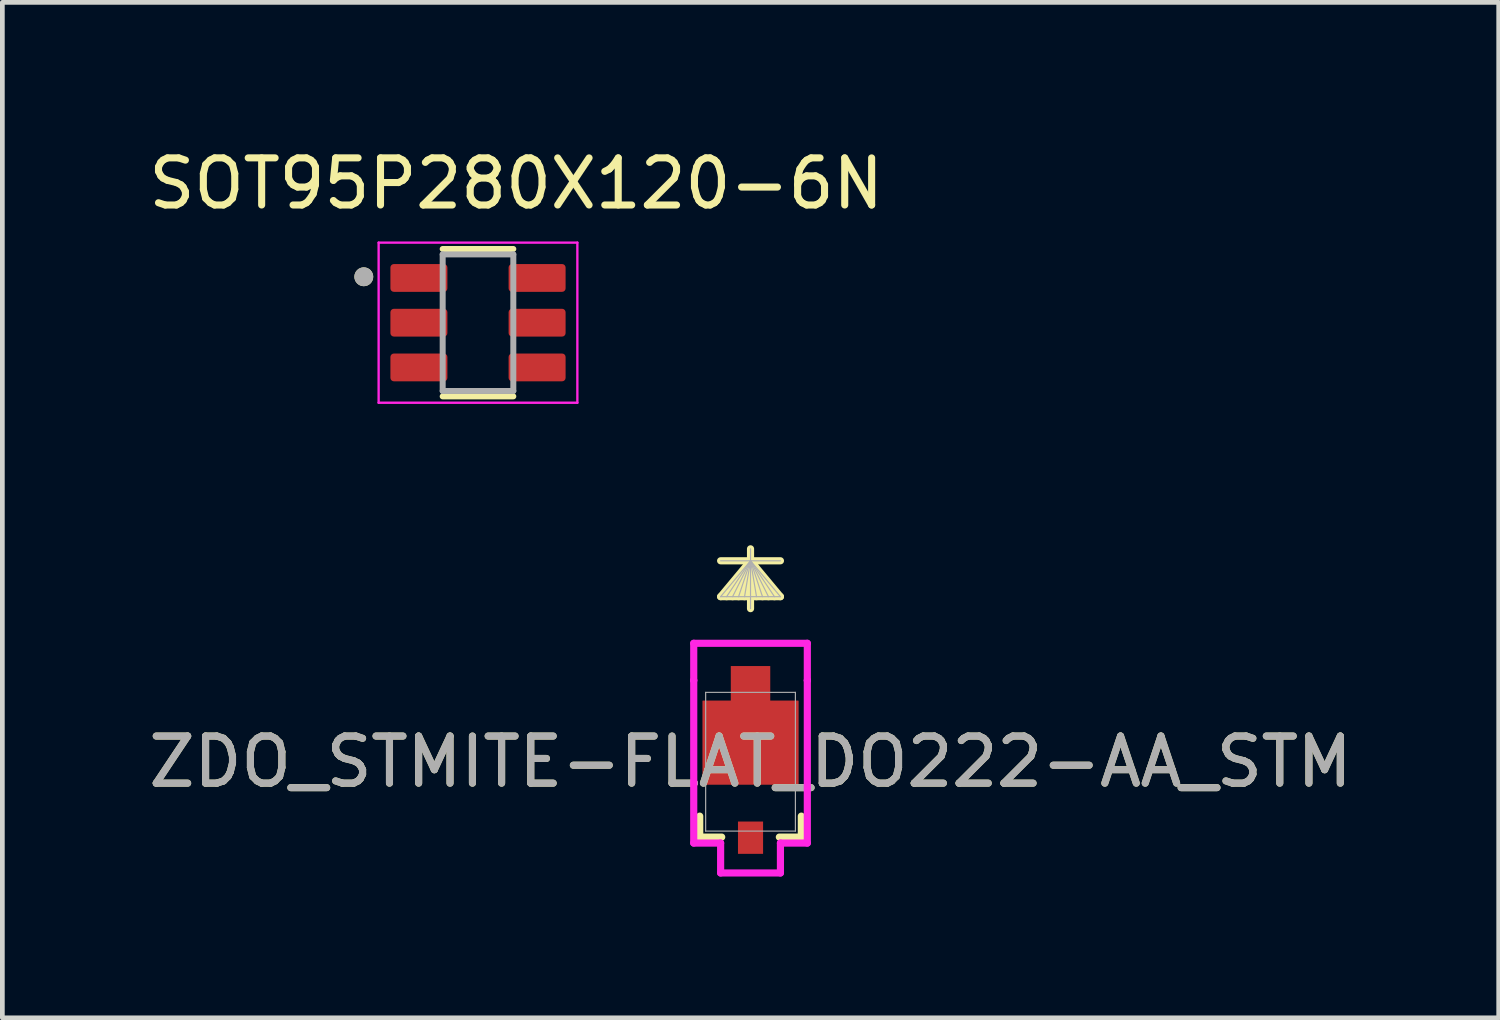
<source format=kicad_pcb>
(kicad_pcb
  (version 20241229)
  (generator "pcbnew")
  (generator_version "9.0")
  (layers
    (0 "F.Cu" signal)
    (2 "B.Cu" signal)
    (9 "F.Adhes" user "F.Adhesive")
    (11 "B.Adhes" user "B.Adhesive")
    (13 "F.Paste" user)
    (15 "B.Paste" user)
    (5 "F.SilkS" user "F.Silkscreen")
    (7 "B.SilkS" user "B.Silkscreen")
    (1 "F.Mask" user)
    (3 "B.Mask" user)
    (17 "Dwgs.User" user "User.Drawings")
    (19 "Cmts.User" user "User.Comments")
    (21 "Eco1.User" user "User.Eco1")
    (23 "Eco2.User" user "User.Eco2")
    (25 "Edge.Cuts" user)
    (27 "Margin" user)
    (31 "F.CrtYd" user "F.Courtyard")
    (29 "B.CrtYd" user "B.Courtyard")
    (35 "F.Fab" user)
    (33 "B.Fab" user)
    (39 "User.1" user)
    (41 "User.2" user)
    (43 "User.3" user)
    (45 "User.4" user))
  (footprint "ZDO_STMITE-FLAT_DO222-AA_STM"
    (layer "F.Cu")
    (at 12.887 13.125)
    (property "Reference" "ZDO_STMITE-FLAT_DO222-AA_STM" (at 0 0 0) (unlocked yes) (layer "F.SilkS") (effects (font (size 1 1) (thickness 0.15))))
    (attr smd)
    (fp_poly (pts (xy -0.419 -2.032) (xy 0.419 -2.032) (xy 0.419 -1.295) (xy 1.016 -1.295) (xy 1.016 0.483) (xy -1.016 0.483) (xy -1.016 -1.295) (xy -0.419 -1.295)) (stroke (width 0) (type solid)) (fill yes) (layer "F.Cu"))
    (fp_poly (pts (xy -0.419 -2.032) (xy 0.419 -2.032) (xy 0.419 -1.295) (xy 1.016 -1.295) (xy 1.016 0.483) (xy -1.016 0.483) (xy -1.016 -1.295) (xy -0.419 -1.295)) (stroke (width 0) (type solid)) (fill yes) (layer "F.Mask"))
    (fp_line (start -1.079 1.155) (end -1.079 1.6) (stroke (width 0.152) (type solid)) (layer "F.SilkS"))
    (fp_line (start -1.079 1.6) (end -0.612 1.6) (stroke (width 0.152) (type solid)) (layer "F.SilkS"))
    (fp_line (start 0 -4.267) (end -0.635 -3.505) (stroke (width 0.152) (type solid)) (layer "F.SilkS"))
    (fp_line (start 0 -4.267) (end -0.508 -3.505) (stroke (width 0.152) (type solid)) (layer "F.SilkS"))
    (fp_line (start 0 -4.267) (end -0.381 -3.505) (stroke (width 0.152) (type solid)) (layer "F.SilkS"))
    (fp_line (start 0 -4.267) (end -0.254 -3.505) (stroke (width 0.152) (type solid)) (layer "F.SilkS"))
    (fp_line (start 0 -4.267) (end -0.127 -3.505) (stroke (width 0.152) (type solid)) (layer "F.SilkS"))
    (fp_line (start 0 -4.267) (end 0.127 -3.505) (stroke (width 0.152) (type solid)) (layer "F.SilkS"))
    (fp_line (start 0 -4.267) (end 0.254 -3.505) (stroke (width 0.152) (type solid)) (layer "F.SilkS"))
    (fp_line (start 0 -4.267) (end 0.381 -3.505) (stroke (width 0.152) (type solid)) (layer "F.SilkS"))
    (fp_line (start 0 -4.267) (end 0.508 -3.505) (stroke (width 0.152) (type solid)) (layer "F.SilkS"))
    (fp_line (start 0 -4.267) (end 0.635 -3.505) (stroke (width 0.152) (type solid)) (layer "F.SilkS"))
    (fp_line (start 0 -3.251) (end 0 -4.521) (stroke (width 0.152) (type solid)) (layer "F.SilkS"))
    (fp_line (start 0.612 1.6) (end 1.079 1.6) (stroke (width 0.152) (type solid)) (layer "F.SilkS"))
    (fp_line (start 0.635 -4.267) (end -0.635 -4.267) (stroke (width 0.152) (type solid)) (layer "F.SilkS"))
    (fp_line (start 0.635 -3.505) (end -0.635 -3.505) (stroke (width 0.152) (type solid)) (layer "F.SilkS"))
    (fp_line (start 1.079 1.6) (end 1.079 1.155) (stroke (width 0.152) (type solid)) (layer "F.SilkS"))
    (fp_poly (pts (xy -0.419 -2.032) (xy 0.419 -2.032) (xy 0.419 -1.295) (xy 1.016 -1.295) (xy 1.016 0.483) (xy -1.016 0.483) (xy -1.016 -1.295) (xy -0.419 -1.295)) (stroke (width 0) (type solid)) (fill yes) (layer "F.Paste"))
    (fp_line (start -1.206 -2.515) (end -1.206 -1.727) (stroke (width 0.152) (type solid)) (layer "F.CrtYd"))
    (fp_line (start -1.206 -2.515) (end 1.206 -2.515) (stroke (width 0.152) (type solid)) (layer "F.CrtYd"))
    (fp_line (start -1.206 -1.727) (end -1.206 -1.727) (stroke (width 0.152) (type solid)) (layer "F.CrtYd"))
    (fp_line (start -1.206 1.727) (end -1.206 -1.727) (stroke (width 0.152) (type solid)) (layer "F.CrtYd"))
    (fp_line (start -0.635 1.727) (end -1.206 1.727) (stroke (width 0.152) (type solid)) (layer "F.CrtYd"))
    (fp_line (start -0.635 1.727) (end -0.635 2.362) (stroke (width 0.152) (type solid)) (layer "F.CrtYd"))
    (fp_line (start -0.635 2.362) (end 0.635 2.362) (stroke (width 0.152) (type solid)) (layer "F.CrtYd"))
    (fp_line (start 0.635 1.727) (end 0.635 2.362) (stroke (width 0.152) (type solid)) (layer "F.CrtYd"))
    (fp_line (start 1.206 -2.515) (end 1.206 -1.727) (stroke (width 0.152) (type solid)) (layer "F.CrtYd"))
    (fp_line (start 1.206 -1.727) (end 1.206 -1.727) (stroke (width 0.152) (type solid)) (layer "F.CrtYd"))
    (fp_line (start 1.206 -1.727) (end 1.206 1.727) (stroke (width 0.152) (type solid)) (layer "F.CrtYd"))
    (fp_line (start 1.206 1.727) (end 0.635 1.727) (stroke (width 0.152) (type solid)) (layer "F.CrtYd"))
    (fp_line (start -0.953 -1.473) (end -0.953 1.473) (stroke (width 0.025) (type solid)) (layer "F.Fab"))
    (fp_line (start -0.953 1.473) (end 0.953 1.473) (stroke (width 0.025) (type solid)) (layer "F.Fab"))
    (fp_line (start 0 -4.267) (end -0.635 -3.505) (stroke (width 0.025) (type solid)) (layer "F.Fab"))
    (fp_line (start 0 -4.267) (end -0.508 -3.505) (stroke (width 0.025) (type solid)) (layer "F.Fab"))
    (fp_line (start 0 -4.267) (end -0.381 -3.505) (stroke (width 0.025) (type solid)) (layer "F.Fab"))
    (fp_line (start 0 -4.267) (end -0.254 -3.505) (stroke (width 0.025) (type solid)) (layer "F.Fab"))
    (fp_line (start 0 -4.267) (end -0.127 -3.505) (stroke (width 0.025) (type solid)) (layer "F.Fab"))
    (fp_line (start 0 -4.267) (end 0.127 -3.505) (stroke (width 0.025) (type solid)) (layer "F.Fab"))
    (fp_line (start 0 -4.267) (end 0.254 -3.505) (stroke (width 0.025) (type solid)) (layer "F.Fab"))
    (fp_line (start 0 -4.267) (end 0.381 -3.505) (stroke (width 0.025) (type solid)) (layer "F.Fab"))
    (fp_line (start 0 -4.267) (end 0.508 -3.505) (stroke (width 0.025) (type solid)) (layer "F.Fab"))
    (fp_line (start 0 -4.267) (end 0.635 -3.505) (stroke (width 0.025) (type solid)) (layer "F.Fab"))
    (fp_line (start 0 -3.251) (end 0 -4.521) (stroke (width 0.025) (type solid)) (layer "F.Fab"))
    (fp_line (start 0.635 -4.267) (end -0.635 -4.267) (stroke (width 0.025) (type solid)) (layer "F.Fab"))
    (fp_line (start 0.635 -3.505) (end -0.635 -3.505) (stroke (width 0.025) (type solid)) (layer "F.Fab"))
    (fp_line (start 0.953 -1.473) (end -0.953 -1.473) (stroke (width 0.025) (type solid)) (layer "F.Fab"))
    (fp_line (start 0.953 1.473) (end 0.953 -1.473) (stroke (width 0.025) (type solid)) (layer "F.Fab"))
    (fp_text user "${REFERENCE}" (at 0 0 0) (unlocked yes) (layer "F.Fab") (effects (font (size 1 1) (thickness 0.15))))
    (pad "1" smd rect (at 0 -0.406) (size 2.032 1.778) (layers "F.Cu" "F.Mask" "F.Paste"))
    (pad "2" smd rect (at 0 1.613) (size 0.533 0.686) (layers "F.Cu" "F.Mask" "F.Paste")))
  (footprint "SOT95P280X120-6N"
    (layer "F.Cu")
    (at 7.1 3.802)
    (property "Reference" "SOT95P280X120-6N" (at 0.811 -2.954 0) (layer "F.SilkS") (effects (font (size 1 1) (thickness 0.15))))
    (attr smd)
    (fp_line (start -0.75 -1.565) (end 0.75 -1.565) (stroke (width 0.127) (type solid)) (layer "F.SilkS"))
    (fp_line (start 0.75 1.565) (end -0.75 1.565) (stroke (width 0.127) (type solid)) (layer "F.SilkS"))
    (fp_circle (center -2.425 -0.975) (end -2.325 -0.975) (stroke (width 0.2) (type solid)) (fill no) (layer "F.SilkS"))
    (fp_line (start -2.11 -1.7) (end -2.11 1.7) (stroke (width 0.05) (type solid)) (layer "F.CrtYd"))
    (fp_line (start -2.11 1.7) (end 2.11 1.7) (stroke (width 0.05) (type solid)) (layer "F.CrtYd"))
    (fp_line (start 2.11 -1.7) (end -2.11 -1.7) (stroke (width 0.05) (type solid)) (layer "F.CrtYd"))
    (fp_line (start 2.11 1.7) (end 2.11 -1.7) (stroke (width 0.05) (type solid)) (layer "F.CrtYd"))
    (fp_line (start -0.75 -1.45) (end 0.75 -1.45) (stroke (width 0.127) (type solid)) (layer "F.Fab"))
    (fp_line (start -0.75 1.45) (end -0.75 -1.45) (stroke (width 0.127) (type solid)) (layer "F.Fab"))
    (fp_line (start 0.75 -1.45) (end 0.75 1.45) (stroke (width 0.127) (type solid)) (layer "F.Fab"))
    (fp_line (start 0.75 1.45) (end -0.75 1.45) (stroke (width 0.127) (type solid)) (layer "F.Fab"))
    (fp_circle (center -2.425 -0.975) (end -2.325 -0.975) (stroke (width 0.2) (type solid)) (fill no) (layer "F.Fab"))
    (pad "1" smd roundrect (at -1.255 -0.95) (size 1.21 0.59) (layers "F.Cu" "F.Mask" "F.Paste") (roundrect_rratio 0.125))
    (pad "2" smd roundrect (at -1.255 0) (size 1.21 0.59) (layers "F.Cu" "F.Mask" "F.Paste") (roundrect_rratio 0.125))
    (pad "3" smd roundrect (at -1.255 0.95) (size 1.21 0.59) (layers "F.Cu" "F.Mask" "F.Paste") (roundrect_rratio 0.125))
    (pad "4" smd roundrect (at 1.255 0.95) (size 1.21 0.59) (layers "F.Cu" "F.Mask" "F.Paste") (roundrect_rratio 0.125))
    (pad "5" smd roundrect (at 1.255 0) (size 1.21 0.59) (layers "F.Cu" "F.Mask" "F.Paste") (roundrect_rratio 0.125))
    (pad "6" smd roundrect (at 1.255 -0.95) (size 1.21 0.59) (layers "F.Cu" "F.Mask" "F.Paste") (roundrect_rratio 0.125)))
  (gr_rect
    (start -3 -3)
    (end 28.774 18.563)
    (stroke (width 0.1) (type default))
    (fill no)
    (layer "Edge.Cuts")))
</source>
